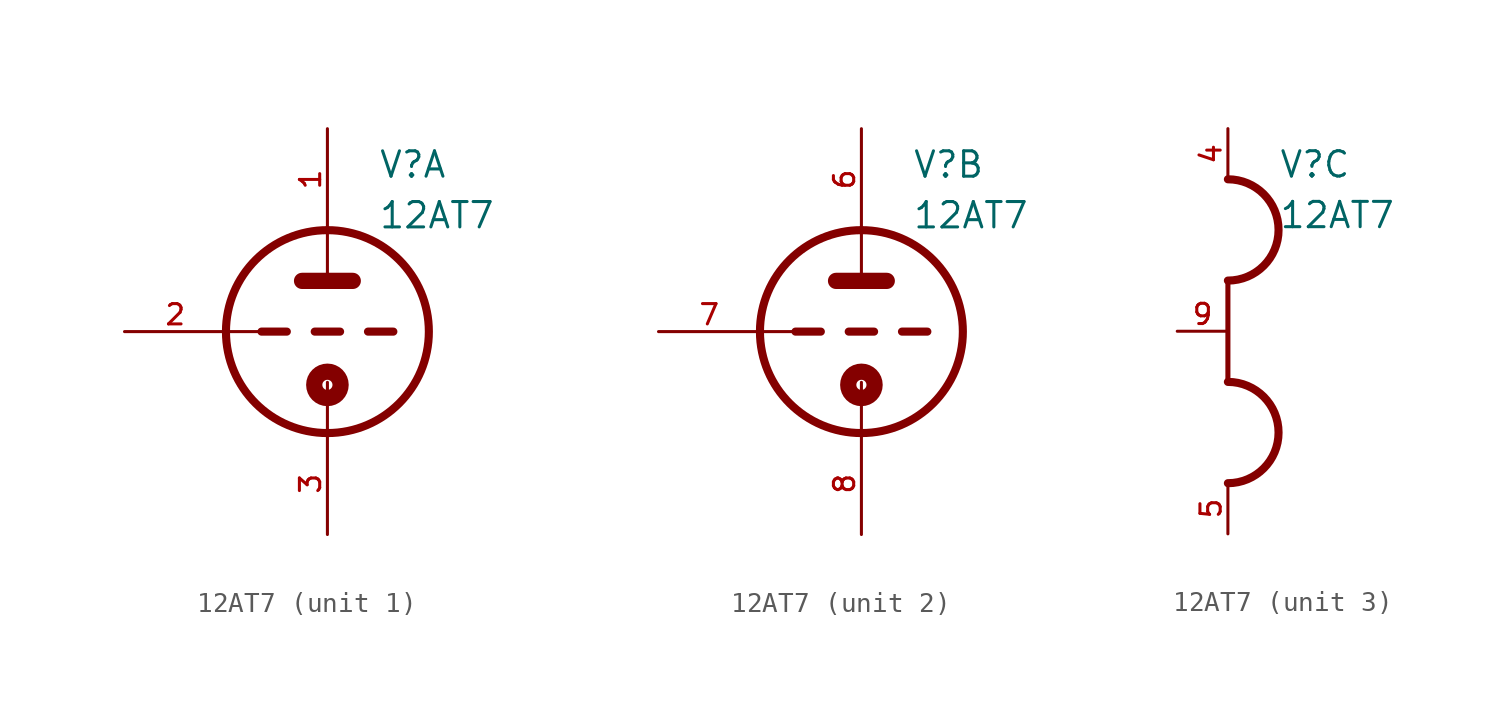
<source format=kicad_sym>
(kicad_symbol_lib
  (version 20211014)
  (generator kicad_symbol_editor)
  (symbol "12AT7"
    (pin_names
      (offset 1.016))
    (property "Reference" "V"
      (at 2.54 7.62 0)
      (effects (font (size 1.27 1.27)) (justify bottom left)))
    (property "Value" "12AT7"
      (at 2.54 5.08 0)
      (effects (font (size 1.27 1.27)) (justify bottom left)))
    (symbol "12AT7_1_0"
      (polyline (pts (xy -3.302 0.0) (xy -2.032 0.0)) (stroke (width 0.406)))
      (polyline (pts (xy -0.635 0.0) (xy 0.635 0.0)) (stroke (width 0.406)))
      (polyline (pts (xy 2.032 0.0) (xy 3.302 0.0)) (stroke (width 0.406)))
      (polyline (pts (xy -1.27 2.54) (xy 0.0 2.54)) (stroke (width 0.813)))
      (polyline (pts (xy 0.0 2.54) (xy 1.27 2.54)) (stroke (width 0.813)))
      (polyline (pts (xy 0.0 5.08) (xy 0.0 2.54)) (stroke (width 0.152)))
      (polyline (pts (xy -5.08 0.0) (xy -3.302 0.0)) (stroke (width 0.152)))
      (polyline (pts (xy 0.0 -2.54) (xy 0.0 -5.08)) (stroke (width 0.152)))
      (circle (center 0.0 -2.667) (radius 0.254) (stroke (width 0.813)) (fill (type none)))
      (circle (center 0.0 0.0) (radius 5.08) (stroke (width 0.406)) (fill (type none)))
      (pin passive line (at 0.0 10.16 270.0) (length 5.08) (name "~" (effects (font (size 1.016 1.016)))) (number "1" (effects (font (size 1.016 1.016)))))
      (pin passive line (at -10.16 0.0 0) (length 5.08) (name "~" (effects (font (size 1.016 1.016)))) (number "2" (effects (font (size 1.016 1.016)))))
      (pin passive line (at 0.0 -10.16 90.0) (length 5.08) (name "~" (effects (font (size 1.016 1.016)))) (number "3" (effects (font (size 1.016 1.016))))))
    (symbol "12AT7_2_0"
      (polyline (pts (xy -3.302 0.0) (xy -2.032 0.0)) (stroke (width 0.406)))
      (polyline (pts (xy -0.635 0.0) (xy 0.635 0.0)) (stroke (width 0.406)))
      (polyline (pts (xy 2.032 0.0) (xy 3.302 0.0)) (stroke (width 0.406)))
      (polyline (pts (xy -1.27 2.54) (xy 0.0 2.54)) (stroke (width 0.813)))
      (polyline (pts (xy 0.0 2.54) (xy 1.27 2.54)) (stroke (width 0.813)))
      (polyline (pts (xy 0.0 5.08) (xy 0.0 2.54)) (stroke (width 0.152)))
      (polyline (pts (xy -5.08 0.0) (xy -3.302 0.0)) (stroke (width 0.152)))
      (polyline (pts (xy 0.0 -2.54) (xy 0.0 -5.08)) (stroke (width 0.152)))
      (circle (center 0.0 -2.667) (radius 0.254) (stroke (width 0.813)) (fill (type none)))
      (circle (center 0.0 0.0) (radius 5.08) (stroke (width 0.406)) (fill (type none)))
      (pin passive line (at 0.0 10.16 270.0) (length 5.08) (name "~" (effects (font (size 1.016 1.016)))) (number "6" (effects (font (size 1.016 1.016)))))
      (pin passive line (at -10.16 0.0 0) (length 5.08) (name "~" (effects (font (size 1.016 1.016)))) (number "7" (effects (font (size 1.016 1.016)))))
      (pin passive line (at 0.0 -10.16 90.0) (length 5.08) (name "~" (effects (font (size 1.016 1.016)))) (number "8" (effects (font (size 1.016 1.016))))))
    (symbol "12AT7_3_0"
      (arc (start 0.0 7.62) (mid 2.54 5.08) (end 0.0 2.54) (stroke (width 0.4064) (type default) (color 0 0 0 0)) (fill (type none)))
      (arc (start 0.0 -7.62) (mid 2.54 -5.08) (end 0.0 -2.54) (stroke (width 0.4064) (type default) (color 0 0 0 0)) (fill (type none)))
      (polyline (pts (xy 0.0 2.54) (xy 0.0 -2.54)) (stroke (width 0.254)))
      (pin passive line (at 0.0 10.16 270.0) (length 2.54) (name "~" (effects (font (size 1.016 1.016)))) (number "4" (effects (font (size 1.016 1.016)))))
      (pin passive line (at -2.54 0.0 0) (length 2.54) (name "~" (effects (font (size 1.016 1.016)))) (number "9" (effects (font (size 1.016 1.016)))))
      (pin passive line (at 0.0 -10.16 90.0) (length 2.54) (name "~" (effects (font (size 1.016 1.016)))) (number "5" (effects (font (size 1.016 1.016))))))))
</source>
